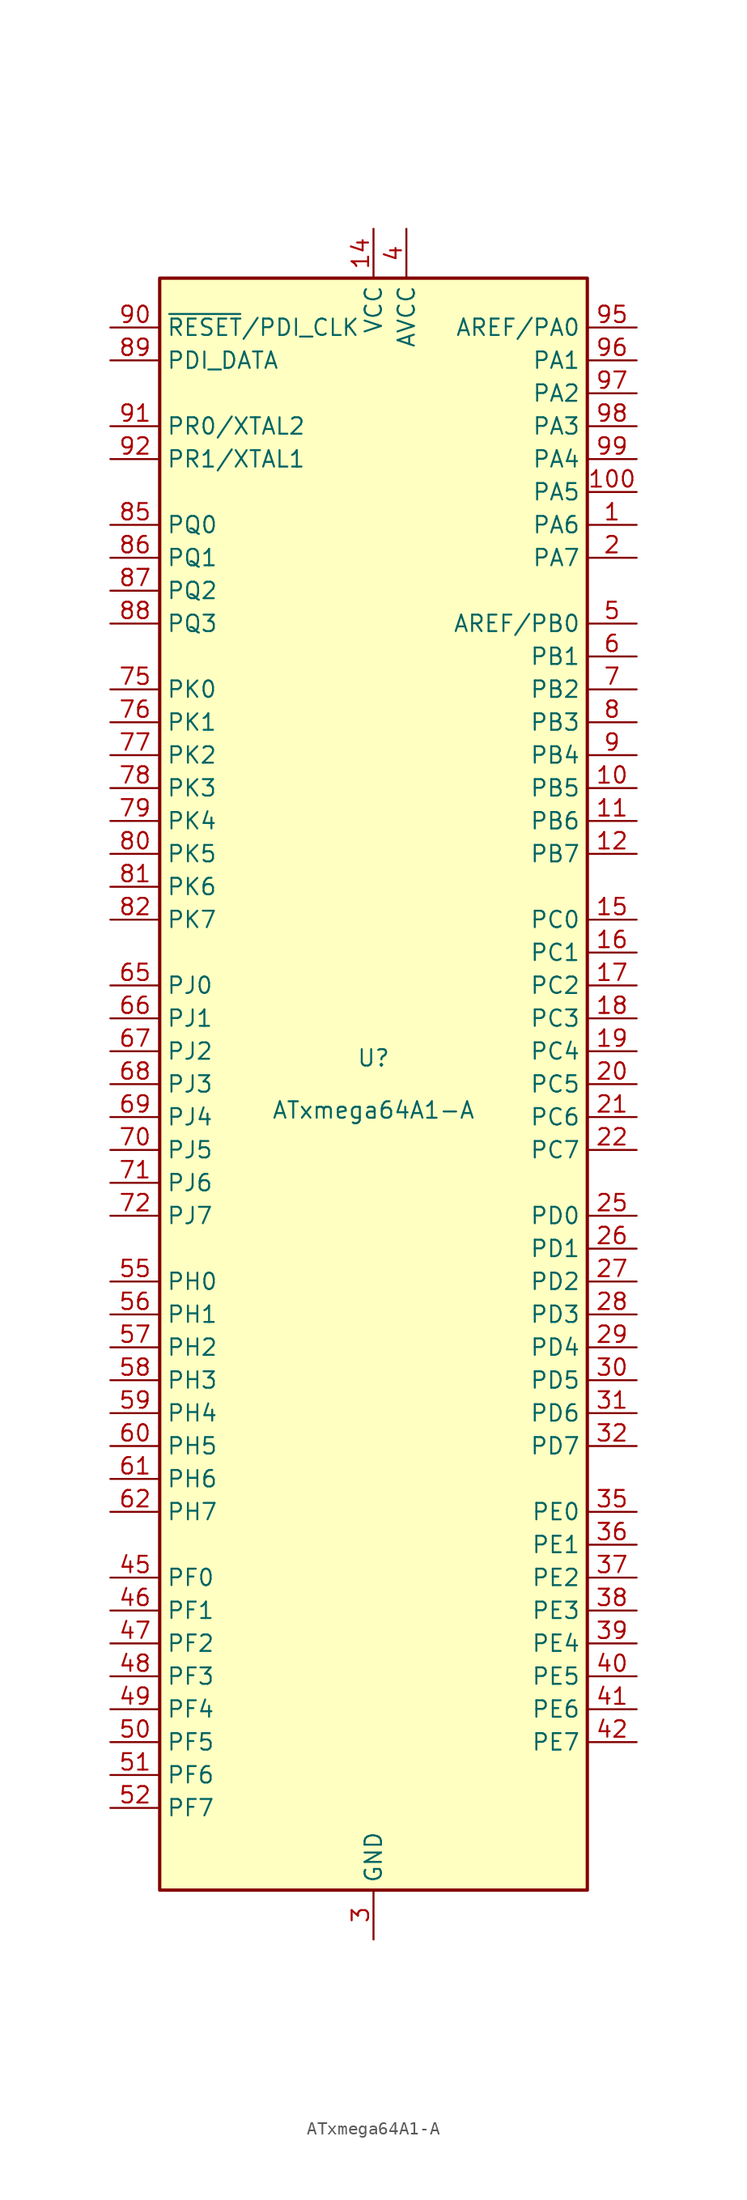
<source format=kicad_sym>
(kicad_symbol_lib
  (version 20241209)
  (generator "kicad_symbol_editor")
  (generator_version "9.0")
  (symbol "ATxmega64A1-A"
    (property "Reference" "U"
      (at 0 1.27 0)
      (effects (font (size 1.27 1.27)) (justify bottom)))
    (property "Value" "ATxmega64A1-A"
      (at 0 -1.27 0)
      (effects (font (size 1.27 1.27)) (justify top)))
    (symbol "ATxmega64A1-A_0_1"
      (rectangle (start -16.51 -62.23) (end 16.51 62.23) (stroke (width 0.254) (type default)) (fill (type background))))
    (symbol "ATxmega64A1-A_1_1"
      (pin input line (at -20.32 58.42 0) (length 3.81) (name "~{RESET}/PDI_CLK" (effects (font (size 1.27 1.27)))) (number "90" (effects (font (size 1.27 1.27)))))
      (pin bidirectional line (at -20.32 55.88 0) (length 3.81) (name "PDI_DATA" (effects (font (size 1.27 1.27)))) (number "89" (effects (font (size 1.27 1.27)))))
      (pin bidirectional line (at -20.32 50.8 0) (length 3.81) (name "PR0/XTAL2" (effects (font (size 1.27 1.27)))) (number "91" (effects (font (size 1.27 1.27)))))
      (pin bidirectional line (at -20.32 48.26 0) (length 3.81) (name "PR1/XTAL1" (effects (font (size 1.27 1.27)))) (number "92" (effects (font (size 1.27 1.27)))))
      (pin bidirectional line (at -20.32 43.18 0) (length 3.81) (name "PQ0" (effects (font (size 1.27 1.27)))) (number "85" (effects (font (size 1.27 1.27)))))
      (pin bidirectional line (at -20.32 40.64 0) (length 3.81) (name "PQ1" (effects (font (size 1.27 1.27)))) (number "86" (effects (font (size 1.27 1.27)))))
      (pin bidirectional line (at -20.32 38.1 0) (length 3.81) (name "PQ2" (effects (font (size 1.27 1.27)))) (number "87" (effects (font (size 1.27 1.27)))))
      (pin bidirectional line (at -20.32 35.56 0) (length 3.81) (name "PQ3" (effects (font (size 1.27 1.27)))) (number "88" (effects (font (size 1.27 1.27)))))
      (pin bidirectional line (at -20.32 30.48 0) (length 3.81) (name "PK0" (effects (font (size 1.27 1.27)))) (number "75" (effects (font (size 1.27 1.27)))))
      (pin bidirectional line (at -20.32 27.94 0) (length 3.81) (name "PK1" (effects (font (size 1.27 1.27)))) (number "76" (effects (font (size 1.27 1.27)))))
      (pin bidirectional line (at -20.32 25.4 0) (length 3.81) (name "PK2" (effects (font (size 1.27 1.27)))) (number "77" (effects (font (size 1.27 1.27)))))
      (pin bidirectional line (at -20.32 22.86 0) (length 3.81) (name "PK3" (effects (font (size 1.27 1.27)))) (number "78" (effects (font (size 1.27 1.27)))))
      (pin bidirectional line (at -20.32 20.32 0) (length 3.81) (name "PK4" (effects (font (size 1.27 1.27)))) (number "79" (effects (font (size 1.27 1.27)))))
      (pin bidirectional line (at -20.32 17.78 0) (length 3.81) (name "PK5" (effects (font (size 1.27 1.27)))) (number "80" (effects (font (size 1.27 1.27)))))
      (pin bidirectional line (at -20.32 15.24 0) (length 3.81) (name "PK6" (effects (font (size 1.27 1.27)))) (number "81" (effects (font (size 1.27 1.27)))))
      (pin bidirectional line (at -20.32 12.7 0) (length 3.81) (name "PK7" (effects (font (size 1.27 1.27)))) (number "82" (effects (font (size 1.27 1.27)))))
      (pin bidirectional line (at -20.32 7.62 0) (length 3.81) (name "PJ0" (effects (font (size 1.27 1.27)))) (number "65" (effects (font (size 1.27 1.27)))))
      (pin bidirectional line (at -20.32 5.08 0) (length 3.81) (name "PJ1" (effects (font (size 1.27 1.27)))) (number "66" (effects (font (size 1.27 1.27)))))
      (pin bidirectional line (at -20.32 2.54 0) (length 3.81) (name "PJ2" (effects (font (size 1.27 1.27)))) (number "67" (effects (font (size 1.27 1.27)))))
      (pin bidirectional line (at -20.32 0 0) (length 3.81) (name "PJ3" (effects (font (size 1.27 1.27)))) (number "68" (effects (font (size 1.27 1.27)))))
      (pin bidirectional line (at -20.32 -2.54 0) (length 3.81) (name "PJ4" (effects (font (size 1.27 1.27)))) (number "69" (effects (font (size 1.27 1.27)))))
      (pin bidirectional line (at -20.32 -5.08 0) (length 3.81) (name "PJ5" (effects (font (size 1.27 1.27)))) (number "70" (effects (font (size 1.27 1.27)))))
      (pin bidirectional line (at -20.32 -7.62 0) (length 3.81) (name "PJ6" (effects (font (size 1.27 1.27)))) (number "71" (effects (font (size 1.27 1.27)))))
      (pin bidirectional line (at -20.32 -10.16 0) (length 3.81) (name "PJ7" (effects (font (size 1.27 1.27)))) (number "72" (effects (font (size 1.27 1.27)))))
      (pin bidirectional line (at -20.32 -15.24 0) (length 3.81) (name "PH0" (effects (font (size 1.27 1.27)))) (number "55" (effects (font (size 1.27 1.27)))))
      (pin bidirectional line (at -20.32 -17.78 0) (length 3.81) (name "PH1" (effects (font (size 1.27 1.27)))) (number "56" (effects (font (size 1.27 1.27)))))
      (pin bidirectional line (at -20.32 -20.32 0) (length 3.81) (name "PH2" (effects (font (size 1.27 1.27)))) (number "57" (effects (font (size 1.27 1.27)))))
      (pin bidirectional line (at -20.32 -22.86 0) (length 3.81) (name "PH3" (effects (font (size 1.27 1.27)))) (number "58" (effects (font (size 1.27 1.27)))))
      (pin bidirectional line (at -20.32 -25.4 0) (length 3.81) (name "PH4" (effects (font (size 1.27 1.27)))) (number "59" (effects (font (size 1.27 1.27)))))
      (pin bidirectional line (at -20.32 -27.94 0) (length 3.81) (name "PH5" (effects (font (size 1.27 1.27)))) (number "60" (effects (font (size 1.27 1.27)))))
      (pin bidirectional line (at -20.32 -30.48 0) (length 3.81) (name "PH6" (effects (font (size 1.27 1.27)))) (number "61" (effects (font (size 1.27 1.27)))))
      (pin bidirectional line (at -20.32 -33.02 0) (length 3.81) (name "PH7" (effects (font (size 1.27 1.27)))) (number "62" (effects (font (size 1.27 1.27)))))
      (pin bidirectional line (at -20.32 -38.1 0) (length 3.81) (name "PF0" (effects (font (size 1.27 1.27)))) (number "45" (effects (font (size 1.27 1.27)))))
      (pin bidirectional line (at -20.32 -40.64 0) (length 3.81) (name "PF1" (effects (font (size 1.27 1.27)))) (number "46" (effects (font (size 1.27 1.27)))))
      (pin bidirectional line (at -20.32 -43.18 0) (length 3.81) (name "PF2" (effects (font (size 1.27 1.27)))) (number "47" (effects (font (size 1.27 1.27)))))
      (pin bidirectional line (at -20.32 -45.72 0) (length 3.81) (name "PF3" (effects (font (size 1.27 1.27)))) (number "48" (effects (font (size 1.27 1.27)))))
      (pin bidirectional line (at -20.32 -48.26 0) (length 3.81) (name "PF4" (effects (font (size 1.27 1.27)))) (number "49" (effects (font (size 1.27 1.27)))))
      (pin bidirectional line (at -20.32 -50.8 0) (length 3.81) (name "PF5" (effects (font (size 1.27 1.27)))) (number "50" (effects (font (size 1.27 1.27)))))
      (pin bidirectional line (at -20.32 -53.34 0) (length 3.81) (name "PF6" (effects (font (size 1.27 1.27)))) (number "51" (effects (font (size 1.27 1.27)))))
      (pin bidirectional line (at -20.32 -55.88 0) (length 3.81) (name "PF7" (effects (font (size 1.27 1.27)))) (number "52" (effects (font (size 1.27 1.27)))))
      (pin power_in line (at 0 66.04 270) (length 3.81) (name "VCC" (effects (font (size 1.27 1.27)))) (number "14" (effects (font (size 1.27 1.27)))))
      (pin passive line (at 0 66.04 270) (length 3.81) (hide yes) (name "VCC" (effects (font (size 1.27 1.27)))) (number "24" (effects (font (size 1.27 1.27)))))
      (pin passive line (at 0 66.04 270) (length 3.81) (hide yes) (name "VCC" (effects (font (size 1.27 1.27)))) (number "34" (effects (font (size 1.27 1.27)))))
      (pin passive line (at 0 66.04 270) (length 3.81) (hide yes) (name "VCC" (effects (font (size 1.27 1.27)))) (number "44" (effects (font (size 1.27 1.27)))))
      (pin passive line (at 0 66.04 270) (length 3.81) (hide yes) (name "VCC" (effects (font (size 1.27 1.27)))) (number "54" (effects (font (size 1.27 1.27)))))
      (pin passive line (at 0 66.04 270) (length 3.81) (hide yes) (name "VCC" (effects (font (size 1.27 1.27)))) (number "64" (effects (font (size 1.27 1.27)))))
      (pin passive line (at 0 66.04 270) (length 3.81) (hide yes) (name "VCC" (effects (font (size 1.27 1.27)))) (number "74" (effects (font (size 1.27 1.27)))))
      (pin passive line (at 0 66.04 270) (length 3.81) (hide yes) (name "VCC" (effects (font (size 1.27 1.27)))) (number "83" (effects (font (size 1.27 1.27)))))
      (pin passive line (at 0 -66.04 90) (length 3.81) (hide yes) (name "GND" (effects (font (size 1.27 1.27)))) (number "13" (effects (font (size 1.27 1.27)))))
      (pin passive line (at 0 -66.04 90) (length 3.81) (hide yes) (name "GND" (effects (font (size 1.27 1.27)))) (number "23" (effects (font (size 1.27 1.27)))))
      (pin power_in line (at 0 -66.04 90) (length 3.81) (name "GND" (effects (font (size 1.27 1.27)))) (number "3" (effects (font (size 1.27 1.27)))))
      (pin passive line (at 0 -66.04 90) (length 3.81) (hide yes) (name "GND" (effects (font (size 1.27 1.27)))) (number "33" (effects (font (size 1.27 1.27)))))
      (pin passive line (at 0 -66.04 90) (length 3.81) (hide yes) (name "GND" (effects (font (size 1.27 1.27)))) (number "43" (effects (font (size 1.27 1.27)))))
      (pin passive line (at 0 -66.04 90) (length 3.81) (hide yes) (name "GND" (effects (font (size 1.27 1.27)))) (number "53" (effects (font (size 1.27 1.27)))))
      (pin passive line (at 0 -66.04 90) (length 3.81) (hide yes) (name "GND" (effects (font (size 1.27 1.27)))) (number "63" (effects (font (size 1.27 1.27)))))
      (pin passive line (at 0 -66.04 90) (length 3.81) (hide yes) (name "GND" (effects (font (size 1.27 1.27)))) (number "73" (effects (font (size 1.27 1.27)))))
      (pin passive line (at 0 -66.04 90) (length 3.81) (hide yes) (name "GND" (effects (font (size 1.27 1.27)))) (number "84" (effects (font (size 1.27 1.27)))))
      (pin passive line (at 0 -66.04 90) (length 3.81) (hide yes) (name "GND" (effects (font (size 1.27 1.27)))) (number "93" (effects (font (size 1.27 1.27)))))
      (pin power_in line (at 2.54 66.04 270) (length 3.81) (name "AVCC" (effects (font (size 1.27 1.27)))) (number "4" (effects (font (size 1.27 1.27)))))
      (pin passive line (at 2.54 66.04 270) (length 3.81) (hide yes) (name "AVCC" (effects (font (size 1.27 1.27)))) (number "94" (effects (font (size 1.27 1.27)))))
      (pin bidirectional line (at 20.32 58.42 180) (length 3.81) (name "AREF/PA0" (effects (font (size 1.27 1.27)))) (number "95" (effects (font (size 1.27 1.27)))))
      (pin bidirectional line (at 20.32 55.88 180) (length 3.81) (name "PA1" (effects (font (size 1.27 1.27)))) (number "96" (effects (font (size 1.27 1.27)))))
      (pin bidirectional line (at 20.32 53.34 180) (length 3.81) (name "PA2" (effects (font (size 1.27 1.27)))) (number "97" (effects (font (size 1.27 1.27)))))
      (pin bidirectional line (at 20.32 50.8 180) (length 3.81) (name "PA3" (effects (font (size 1.27 1.27)))) (number "98" (effects (font (size 1.27 1.27)))))
      (pin bidirectional line (at 20.32 48.26 180) (length 3.81) (name "PA4" (effects (font (size 1.27 1.27)))) (number "99" (effects (font (size 1.27 1.27)))))
      (pin bidirectional line (at 20.32 45.72 180) (length 3.81) (name "PA5" (effects (font (size 1.27 1.27)))) (number "100" (effects (font (size 1.27 1.27)))))
      (pin bidirectional line (at 20.32 43.18 180) (length 3.81) (name "PA6" (effects (font (size 1.27 1.27)))) (number "1" (effects (font (size 1.27 1.27)))))
      (pin bidirectional line (at 20.32 40.64 180) (length 3.81) (name "PA7" (effects (font (size 1.27 1.27)))) (number "2" (effects (font (size 1.27 1.27)))))
      (pin bidirectional line (at 20.32 35.56 180) (length 3.81) (name "AREF/PB0" (effects (font (size 1.27 1.27)))) (number "5" (effects (font (size 1.27 1.27)))))
      (pin bidirectional line (at 20.32 33.02 180) (length 3.81) (name "PB1" (effects (font (size 1.27 1.27)))) (number "6" (effects (font (size 1.27 1.27)))))
      (pin bidirectional line (at 20.32 30.48 180) (length 3.81) (name "PB2" (effects (font (size 1.27 1.27)))) (number "7" (effects (font (size 1.27 1.27)))))
      (pin bidirectional line (at 20.32 27.94 180) (length 3.81) (name "PB3" (effects (font (size 1.27 1.27)))) (number "8" (effects (font (size 1.27 1.27)))))
      (pin bidirectional line (at 20.32 25.4 180) (length 3.81) (name "PB4" (effects (font (size 1.27 1.27)))) (number "9" (effects (font (size 1.27 1.27)))))
      (pin bidirectional line (at 20.32 22.86 180) (length 3.81) (name "PB5" (effects (font (size 1.27 1.27)))) (number "10" (effects (font (size 1.27 1.27)))))
      (pin bidirectional line (at 20.32 20.32 180) (length 3.81) (name "PB6" (effects (font (size 1.27 1.27)))) (number "11" (effects (font (size 1.27 1.27)))))
      (pin bidirectional line (at 20.32 17.78 180) (length 3.81) (name "PB7" (effects (font (size 1.27 1.27)))) (number "12" (effects (font (size 1.27 1.27)))))
      (pin bidirectional line (at 20.32 12.7 180) (length 3.81) (name "PC0" (effects (font (size 1.27 1.27)))) (number "15" (effects (font (size 1.27 1.27)))))
      (pin bidirectional line (at 20.32 10.16 180) (length 3.81) (name "PC1" (effects (font (size 1.27 1.27)))) (number "16" (effects (font (size 1.27 1.27)))))
      (pin bidirectional line (at 20.32 7.62 180) (length 3.81) (name "PC2" (effects (font (size 1.27 1.27)))) (number "17" (effects (font (size 1.27 1.27)))))
      (pin bidirectional line (at 20.32 5.08 180) (length 3.81) (name "PC3" (effects (font (size 1.27 1.27)))) (number "18" (effects (font (size 1.27 1.27)))))
      (pin bidirectional line (at 20.32 2.54 180) (length 3.81) (name "PC4" (effects (font (size 1.27 1.27)))) (number "19" (effects (font (size 1.27 1.27)))))
      (pin bidirectional line (at 20.32 0 180) (length 3.81) (name "PC5" (effects (font (size 1.27 1.27)))) (number "20" (effects (font (size 1.27 1.27)))))
      (pin bidirectional line (at 20.32 -2.54 180) (length 3.81) (name "PC6" (effects (font (size 1.27 1.27)))) (number "21" (effects (font (size 1.27 1.27)))))
      (pin bidirectional line (at 20.32 -5.08 180) (length 3.81) (name "PC7" (effects (font (size 1.27 1.27)))) (number "22" (effects (font (size 1.27 1.27)))))
      (pin bidirectional line (at 20.32 -10.16 180) (length 3.81) (name "PD0" (effects (font (size 1.27 1.27)))) (number "25" (effects (font (size 1.27 1.27)))))
      (pin bidirectional line (at 20.32 -12.7 180) (length 3.81) (name "PD1" (effects (font (size 1.27 1.27)))) (number "26" (effects (font (size 1.27 1.27)))))
      (pin bidirectional line (at 20.32 -15.24 180) (length 3.81) (name "PD2" (effects (font (size 1.27 1.27)))) (number "27" (effects (font (size 1.27 1.27)))))
      (pin bidirectional line (at 20.32 -17.78 180) (length 3.81) (name "PD3" (effects (font (size 1.27 1.27)))) (number "28" (effects (font (size 1.27 1.27)))))
      (pin bidirectional line (at 20.32 -20.32 180) (length 3.81) (name "PD4" (effects (font (size 1.27 1.27)))) (number "29" (effects (font (size 1.27 1.27)))))
      (pin bidirectional line (at 20.32 -22.86 180) (length 3.81) (name "PD5" (effects (font (size 1.27 1.27)))) (number "30" (effects (font (size 1.27 1.27)))))
      (pin bidirectional line (at 20.32 -25.4 180) (length 3.81) (name "PD6" (effects (font (size 1.27 1.27)))) (number "31" (effects (font (size 1.27 1.27)))))
      (pin bidirectional line (at 20.32 -27.94 180) (length 3.81) (name "PD7" (effects (font (size 1.27 1.27)))) (number "32" (effects (font (size 1.27 1.27)))))
      (pin bidirectional line (at 20.32 -33.02 180) (length 3.81) (name "PE0" (effects (font (size 1.27 1.27)))) (number "35" (effects (font (size 1.27 1.27)))))
      (pin bidirectional line (at 20.32 -35.56 180) (length 3.81) (name "PE1" (effects (font (size 1.27 1.27)))) (number "36" (effects (font (size 1.27 1.27)))))
      (pin bidirectional line (at 20.32 -38.1 180) (length 3.81) (name "PE2" (effects (font (size 1.27 1.27)))) (number "37" (effects (font (size 1.27 1.27)))))
      (pin bidirectional line (at 20.32 -40.64 180) (length 3.81) (name "PE3" (effects (font (size 1.27 1.27)))) (number "38" (effects (font (size 1.27 1.27)))))
      (pin bidirectional line (at 20.32 -43.18 180) (length 3.81) (name "PE4" (effects (font (size 1.27 1.27)))) (number "39" (effects (font (size 1.27 1.27)))))
      (pin bidirectional line (at 20.32 -45.72 180) (length 3.81) (name "PE5" (effects (font (size 1.27 1.27)))) (number "40" (effects (font (size 1.27 1.27)))))
      (pin bidirectional line (at 20.32 -48.26 180) (length 3.81) (name "PE6" (effects (font (size 1.27 1.27)))) (number "41" (effects (font (size 1.27 1.27)))))
      (pin bidirectional line (at 20.32 -50.8 180) (length 3.81) (name "PE7" (effects (font (size 1.27 1.27)))) (number "42" (effects (font (size 1.27 1.27))))))))
</source>
